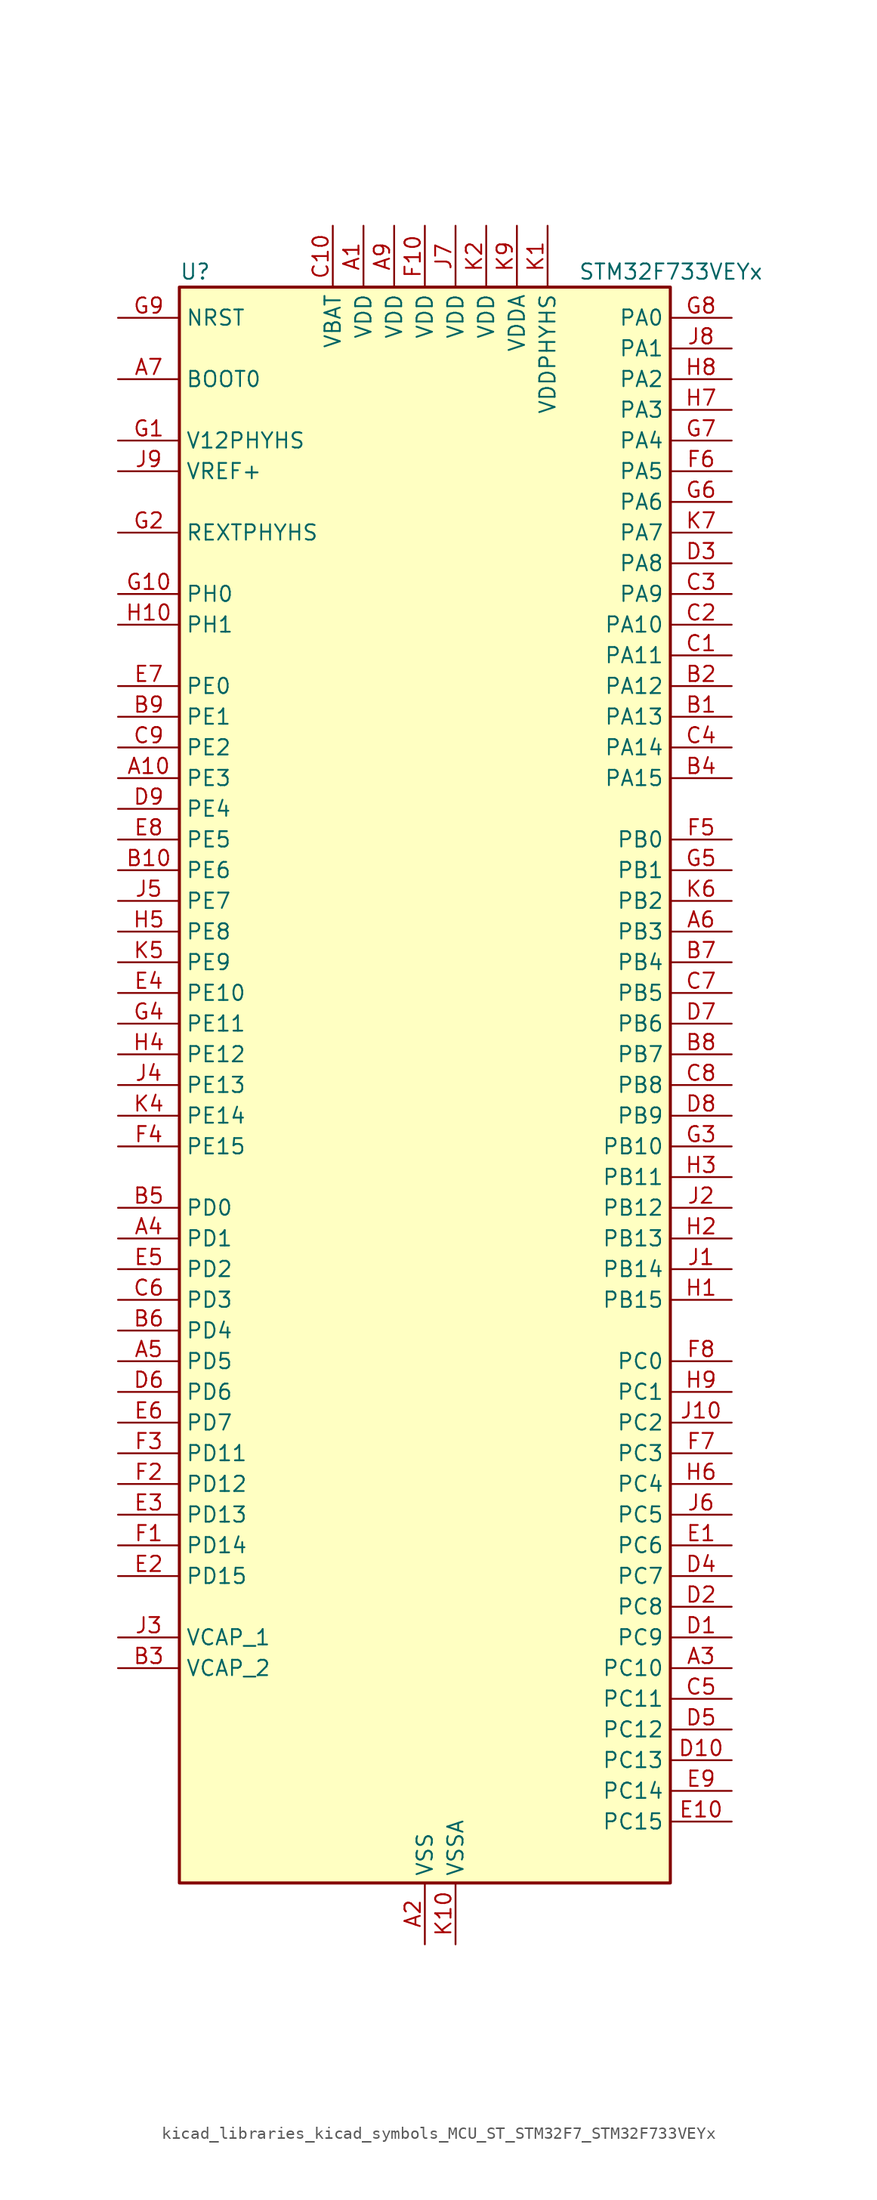
<source format=kicad_sym>
(kicad_symbol_lib
  (version 20220914)
  (generator kicad_symbol_editor)
  (symbol "kicad_libraries_kicad_symbols_MCU_ST_STM32F7_STM32F733VEYx"
    (property "Reference" "U"
      (at -20.32 67.31 0)
      (effects (font (size 1.27 1.27)) (justify left)))
    (property "Value" "STM32F733VEYx"
      (at 12.7 67.31 0)
      (effects (font (size 1.27 1.27)) (justify left)))
    (property "ki_locked" ""
      (at 0 0 0)
      (effects (font (size 1.27 1.27))))
    (symbol "kicad_libraries_kicad_symbols_MCU_ST_STM32F7_STM32F733VEYx_0_1"
      (rectangle (start -20.32 -66.04) (end 20.32 66.04) (stroke (width 0.254) (type default)) (fill (type background))))
    (symbol "kicad_libraries_kicad_symbols_MCU_ST_STM32F7_STM32F733VEYx_1_1"
      (pin power_in line (at -5.08 71.12 270) (length 5.08) (name "VDD" (effects (font (size 1.27 1.27)))) (number "A1" (effects (font (size 1.27 1.27)))))
      (pin bidirectional line (at -25.4 25.4 0) (length 5.08) (name "PE3" (effects (font (size 1.27 1.27)))) (number "A10" (effects (font (size 1.27 1.27)))) (alternate "FMC_A19" bidirectional line) (alternate "SAI1_SD_B" bidirectional line) (alternate "SYS_TRACED0" bidirectional line))
      (pin power_in line (at 0 -71.12 90) (length 5.08) (name "VSS" (effects (font (size 1.27 1.27)))) (number "A2" (effects (font (size 1.27 1.27)))))
      (pin bidirectional line (at 25.4 -48.26 180) (length 5.08) (name "PC10" (effects (font (size 1.27 1.27)))) (number "A3" (effects (font (size 1.27 1.27)))) (alternate "I2S3_CK" bidirectional line) (alternate "QUADSPI_BK1_IO1" bidirectional line) (alternate "SDMMC1_D2" bidirectional line) (alternate "SPI3_SCK" bidirectional line) (alternate "UART4_TX" bidirectional line) (alternate "USART3_TX" bidirectional line))
      (pin bidirectional line (at -25.4 -12.7 0) (length 5.08) (name "PD1" (effects (font (size 1.27 1.27)))) (number "A4" (effects (font (size 1.27 1.27)))) (alternate "CAN1_TX" bidirectional line) (alternate "FMC_D3" bidirectional line) (alternate "FMC_DA3" bidirectional line))
      (pin bidirectional line (at -25.4 -22.86 0) (length 5.08) (name "PD5" (effects (font (size 1.27 1.27)))) (number "A5" (effects (font (size 1.27 1.27)))) (alternate "FMC_NWE" bidirectional line) (alternate "USART2_TX" bidirectional line))
      (pin bidirectional line (at 25.4 12.7 180) (length 5.08) (name "PB3" (effects (font (size 1.27 1.27)))) (number "A6" (effects (font (size 1.27 1.27)))) (alternate "I2S1_CK" bidirectional line) (alternate "I2S3_CK" bidirectional line) (alternate "SPI1_SCK" bidirectional line) (alternate "SPI3_SCK" bidirectional line) (alternate "SYS_JTDO-SWO" bidirectional line) (alternate "TIM2_CH2" bidirectional line))
      (pin input line (at -25.4 58.42 0) (length 5.08) (name "BOOT0" (effects (font (size 1.27 1.27)))) (number "A7" (effects (font (size 1.27 1.27)))))
      (pin passive line (at 0 -71.12 90) (length 5.08) hide (name "VSS" (effects (font (size 1.27 1.27)))) (number "A8" (effects (font (size 1.27 1.27)))))
      (pin power_in line (at -2.54 71.12 270) (length 5.08) (name "VDD" (effects (font (size 1.27 1.27)))) (number "A9" (effects (font (size 1.27 1.27)))))
      (pin bidirectional line (at 25.4 30.48 180) (length 5.08) (name "PA13" (effects (font (size 1.27 1.27)))) (number "B1" (effects (font (size 1.27 1.27)))) (alternate "SYS_JTMS-SWDIO" bidirectional line))
      (pin bidirectional line (at -25.4 17.78 0) (length 5.08) (name "PE6" (effects (font (size 1.27 1.27)))) (number "B10" (effects (font (size 1.27 1.27)))) (alternate "FMC_A22" bidirectional line) (alternate "SAI1_SD_A" bidirectional line) (alternate "SAI2_MCLK_B" bidirectional line) (alternate "SPI4_MOSI" bidirectional line) (alternate "SYS_TRACED3" bidirectional line) (alternate "TIM1_BKIN2" bidirectional line) (alternate "TIM9_CH2" bidirectional line))
      (pin bidirectional line (at 25.4 33.02 180) (length 5.08) (name "PA12" (effects (font (size 1.27 1.27)))) (number "B2" (effects (font (size 1.27 1.27)))) (alternate "CAN1_TX" bidirectional line) (alternate "SAI2_FS_B" bidirectional line) (alternate "TIM1_ETR" bidirectional line) (alternate "USART1_DE" bidirectional line) (alternate "USART1_RTS" bidirectional line) (alternate "USB_OTG_FS_DP" bidirectional line))
      (pin power_out line (at -25.4 -48.26 0) (length 5.08) (name "VCAP_2" (effects (font (size 1.27 1.27)))) (number "B3" (effects (font (size 1.27 1.27)))))
      (pin bidirectional line (at 25.4 25.4 180) (length 5.08) (name "PA15" (effects (font (size 1.27 1.27)))) (number "B4" (effects (font (size 1.27 1.27)))) (alternate "I2S1_WS" bidirectional line) (alternate "I2S3_WS" bidirectional line) (alternate "SPI1_NSS" bidirectional line) (alternate "SPI3_NSS" bidirectional line) (alternate "SYS_JTDI" bidirectional line) (alternate "TIM2_CH1" bidirectional line) (alternate "TIM2_ETR" bidirectional line) (alternate "UART4_DE" bidirectional line) (alternate "UART4_RTS" bidirectional line))
      (pin bidirectional line (at -25.4 -10.16 0) (length 5.08) (name "PD0" (effects (font (size 1.27 1.27)))) (number "B5" (effects (font (size 1.27 1.27)))) (alternate "CAN1_RX" bidirectional line) (alternate "FMC_D2" bidirectional line) (alternate "FMC_DA2" bidirectional line))
      (pin bidirectional line (at -25.4 -20.32 0) (length 5.08) (name "PD4" (effects (font (size 1.27 1.27)))) (number "B6" (effects (font (size 1.27 1.27)))) (alternate "FMC_NOE" bidirectional line) (alternate "USART2_DE" bidirectional line) (alternate "USART2_RTS" bidirectional line))
      (pin bidirectional line (at 25.4 10.16 180) (length 5.08) (name "PB4" (effects (font (size 1.27 1.27)))) (number "B7" (effects (font (size 1.27 1.27)))) (alternate "I2S2_WS" bidirectional line) (alternate "SPI1_MISO" bidirectional line) (alternate "SPI2_NSS" bidirectional line) (alternate "SPI3_MISO" bidirectional line) (alternate "SYS_JTRST" bidirectional line) (alternate "TIM3_CH1" bidirectional line))
      (pin bidirectional line (at 25.4 2.54 180) (length 5.08) (name "PB7" (effects (font (size 1.27 1.27)))) (number "B8" (effects (font (size 1.27 1.27)))) (alternate "FMC_NL" bidirectional line) (alternate "I2C1_SDA" bidirectional line) (alternate "TIM4_CH2" bidirectional line) (alternate "USART1_RX" bidirectional line))
      (pin bidirectional line (at -25.4 30.48 0) (length 5.08) (name "PE1" (effects (font (size 1.27 1.27)))) (number "B9" (effects (font (size 1.27 1.27)))) (alternate "FMC_NBL1" bidirectional line) (alternate "LPTIM1_IN2" bidirectional line) (alternate "UART8_TX" bidirectional line))
      (pin bidirectional line (at 25.4 35.56 180) (length 5.08) (name "PA11" (effects (font (size 1.27 1.27)))) (number "C1" (effects (font (size 1.27 1.27)))) (alternate "ADC1_EXTI11" bidirectional line) (alternate "ADC2_EXTI11" bidirectional line) (alternate "ADC3_EXTI11" bidirectional line) (alternate "CAN1_RX" bidirectional line) (alternate "TIM1_CH4" bidirectional line) (alternate "USART1_CTS" bidirectional line) (alternate "USB_OTG_FS_DM" bidirectional line))
      (pin power_in line (at -7.62 71.12 270) (length 5.08) (name "VBAT" (effects (font (size 1.27 1.27)))) (number "C10" (effects (font (size 1.27 1.27)))))
      (pin bidirectional line (at 25.4 38.1 180) (length 5.08) (name "PA10" (effects (font (size 1.27 1.27)))) (number "C2" (effects (font (size 1.27 1.27)))) (alternate "TIM1_CH3" bidirectional line) (alternate "USART1_RX" bidirectional line) (alternate "USB_OTG_FS_ID" bidirectional line))
      (pin bidirectional line (at 25.4 40.64 180) (length 5.08) (name "PA9" (effects (font (size 1.27 1.27)))) (number "C3" (effects (font (size 1.27 1.27)))) (alternate "DAC_EXTI9" bidirectional line) (alternate "I2C3_SMBA" bidirectional line) (alternate "I2S2_CK" bidirectional line) (alternate "SPI2_SCK" bidirectional line) (alternate "TIM1_CH2" bidirectional line) (alternate "USART1_TX" bidirectional line) (alternate "USB_OTG_FS_VBUS" bidirectional line))
      (pin bidirectional line (at 25.4 27.94 180) (length 5.08) (name "PA14" (effects (font (size 1.27 1.27)))) (number "C4" (effects (font (size 1.27 1.27)))) (alternate "SYS_JTCK-SWCLK" bidirectional line))
      (pin bidirectional line (at 25.4 -50.8 180) (length 5.08) (name "PC11" (effects (font (size 1.27 1.27)))) (number "C5" (effects (font (size 1.27 1.27)))) (alternate "ADC1_EXTI11" bidirectional line) (alternate "ADC2_EXTI11" bidirectional line) (alternate "ADC3_EXTI11" bidirectional line) (alternate "QUADSPI_BK2_NCS" bidirectional line) (alternate "SDMMC1_D3" bidirectional line) (alternate "SPI3_MISO" bidirectional line) (alternate "UART4_RX" bidirectional line) (alternate "USART3_RX" bidirectional line))
      (pin bidirectional line (at -25.4 -17.78 0) (length 5.08) (name "PD3" (effects (font (size 1.27 1.27)))) (number "C6" (effects (font (size 1.27 1.27)))) (alternate "FMC_CLK" bidirectional line) (alternate "I2S2_CK" bidirectional line) (alternate "SPI2_SCK" bidirectional line) (alternate "USART2_CTS" bidirectional line))
      (pin bidirectional line (at 25.4 7.62 180) (length 5.08) (name "PB5" (effects (font (size 1.27 1.27)))) (number "C7" (effects (font (size 1.27 1.27)))) (alternate "FMC_SDCKE1" bidirectional line) (alternate "I2C1_SMBA" bidirectional line) (alternate "I2S1_SD" bidirectional line) (alternate "I2S3_SD" bidirectional line) (alternate "SPI1_MOSI" bidirectional line) (alternate "SPI3_MOSI" bidirectional line) (alternate "TIM3_CH2" bidirectional line))
      (pin bidirectional line (at 25.4 0 180) (length 5.08) (name "PB8" (effects (font (size 1.27 1.27)))) (number "C8" (effects (font (size 1.27 1.27)))) (alternate "CAN1_RX" bidirectional line) (alternate "I2C1_SCL" bidirectional line) (alternate "SDMMC1_D4" bidirectional line) (alternate "TIM10_CH1" bidirectional line) (alternate "TIM4_CH3" bidirectional line))
      (pin bidirectional line (at -25.4 27.94 0) (length 5.08) (name "PE2" (effects (font (size 1.27 1.27)))) (number "C9" (effects (font (size 1.27 1.27)))) (alternate "FMC_A23" bidirectional line) (alternate "QUADSPI_BK1_IO2" bidirectional line) (alternate "SAI1_MCLK_A" bidirectional line) (alternate "SPI4_SCK" bidirectional line) (alternate "SYS_TRACECLK" bidirectional line))
      (pin bidirectional line (at 25.4 -45.72 180) (length 5.08) (name "PC9" (effects (font (size 1.27 1.27)))) (number "D1" (effects (font (size 1.27 1.27)))) (alternate "DAC_EXTI9" bidirectional line) (alternate "I2C3_SDA" bidirectional line) (alternate "I2S_CKIN" bidirectional line) (alternate "QUADSPI_BK1_IO0" bidirectional line) (alternate "RCC_MCO_2" bidirectional line) (alternate "SDMMC1_D1" bidirectional line) (alternate "TIM3_CH4" bidirectional line) (alternate "TIM8_CH4" bidirectional line) (alternate "UART5_CTS" bidirectional line))
      (pin bidirectional line (at 25.4 -55.88 180) (length 5.08) (name "PC13" (effects (font (size 1.27 1.27)))) (number "D10" (effects (font (size 1.27 1.27)))) (alternate "RTC_OUT" bidirectional line) (alternate "RTC_TAMP1" bidirectional line) (alternate "RTC_TS" bidirectional line) (alternate "SYS_WKUP4" bidirectional line))
      (pin bidirectional line (at 25.4 -43.18 180) (length 5.08) (name "PC8" (effects (font (size 1.27 1.27)))) (number "D2" (effects (font (size 1.27 1.27)))) (alternate "SDMMC1_D0" bidirectional line) (alternate "SYS_TRACED1" bidirectional line) (alternate "TIM3_CH3" bidirectional line) (alternate "TIM8_CH3" bidirectional line) (alternate "UART5_DE" bidirectional line) (alternate "UART5_RTS" bidirectional line) (alternate "USART6_CK" bidirectional line))
      (pin bidirectional line (at 25.4 43.18 180) (length 5.08) (name "PA8" (effects (font (size 1.27 1.27)))) (number "D3" (effects (font (size 1.27 1.27)))) (alternate "I2C3_SCL" bidirectional line) (alternate "RCC_MCO_1" bidirectional line) (alternate "TIM1_CH1" bidirectional line) (alternate "TIM8_BKIN2" bidirectional line) (alternate "USART1_CK" bidirectional line) (alternate "USB_OTG_FS_SOF" bidirectional line))
      (pin bidirectional line (at 25.4 -40.64 180) (length 5.08) (name "PC7" (effects (font (size 1.27 1.27)))) (number "D4" (effects (font (size 1.27 1.27)))) (alternate "I2S3_MCK" bidirectional line) (alternate "SDMMC1_D7" bidirectional line) (alternate "TIM3_CH2" bidirectional line) (alternate "TIM8_CH2" bidirectional line) (alternate "USART6_RX" bidirectional line))
      (pin bidirectional line (at 25.4 -53.34 180) (length 5.08) (name "PC12" (effects (font (size 1.27 1.27)))) (number "D5" (effects (font (size 1.27 1.27)))) (alternate "I2S3_SD" bidirectional line) (alternate "SDMMC1_CK" bidirectional line) (alternate "SPI3_MOSI" bidirectional line) (alternate "SYS_TRACED3" bidirectional line) (alternate "UART5_TX" bidirectional line) (alternate "USART3_CK" bidirectional line))
      (pin bidirectional line (at -25.4 -25.4 0) (length 5.08) (name "PD6" (effects (font (size 1.27 1.27)))) (number "D6" (effects (font (size 1.27 1.27)))) (alternate "FMC_NWAIT" bidirectional line) (alternate "I2S3_SD" bidirectional line) (alternate "SAI1_SD_A" bidirectional line) (alternate "SPI3_MOSI" bidirectional line) (alternate "USART2_RX" bidirectional line))
      (pin bidirectional line (at 25.4 5.08 180) (length 5.08) (name "PB6" (effects (font (size 1.27 1.27)))) (number "D7" (effects (font (size 1.27 1.27)))) (alternate "FMC_SDNE1" bidirectional line) (alternate "I2C1_SCL" bidirectional line) (alternate "QUADSPI_BK1_NCS" bidirectional line) (alternate "TIM4_CH1" bidirectional line) (alternate "USART1_TX" bidirectional line))
      (pin bidirectional line (at 25.4 -2.54 180) (length 5.08) (name "PB9" (effects (font (size 1.27 1.27)))) (number "D8" (effects (font (size 1.27 1.27)))) (alternate "CAN1_TX" bidirectional line) (alternate "DAC_EXTI9" bidirectional line) (alternate "I2C1_SDA" bidirectional line) (alternate "I2S2_WS" bidirectional line) (alternate "SDMMC1_D5" bidirectional line) (alternate "SPI2_NSS" bidirectional line) (alternate "TIM11_CH1" bidirectional line) (alternate "TIM4_CH4" bidirectional line))
      (pin bidirectional line (at -25.4 22.86 0) (length 5.08) (name "PE4" (effects (font (size 1.27 1.27)))) (number "D9" (effects (font (size 1.27 1.27)))) (alternate "FMC_A20" bidirectional line) (alternate "SAI1_FS_A" bidirectional line) (alternate "SPI4_NSS" bidirectional line) (alternate "SYS_TRACED1" bidirectional line))
      (pin bidirectional line (at 25.4 -38.1 180) (length 5.08) (name "PC6" (effects (font (size 1.27 1.27)))) (number "E1" (effects (font (size 1.27 1.27)))) (alternate "I2S2_MCK" bidirectional line) (alternate "SDMMC1_D6" bidirectional line) (alternate "TIM3_CH1" bidirectional line) (alternate "TIM8_CH1" bidirectional line) (alternate "USART6_TX" bidirectional line))
      (pin bidirectional line (at 25.4 -60.96 180) (length 5.08) (name "PC15" (effects (font (size 1.27 1.27)))) (number "E10" (effects (font (size 1.27 1.27)))) (alternate "RCC_OSC32_OUT" bidirectional line))
      (pin bidirectional line (at -25.4 -40.64 0) (length 5.08) (name "PD15" (effects (font (size 1.27 1.27)))) (number "E2" (effects (font (size 1.27 1.27)))) (alternate "FMC_D1" bidirectional line) (alternate "FMC_DA1" bidirectional line) (alternate "TIM4_CH4" bidirectional line) (alternate "UART8_DE" bidirectional line) (alternate "UART8_RTS" bidirectional line))
      (pin bidirectional line (at -25.4 -35.56 0) (length 5.08) (name "PD13" (effects (font (size 1.27 1.27)))) (number "E3" (effects (font (size 1.27 1.27)))) (alternate "FMC_A18" bidirectional line) (alternate "LPTIM1_OUT" bidirectional line) (alternate "QUADSPI_BK1_IO3" bidirectional line) (alternate "SAI2_SCK_A" bidirectional line) (alternate "TIM4_CH2" bidirectional line))
      (pin bidirectional line (at -25.4 7.62 0) (length 5.08) (name "PE10" (effects (font (size 1.27 1.27)))) (number "E4" (effects (font (size 1.27 1.27)))) (alternate "FMC_D7" bidirectional line) (alternate "FMC_DA7" bidirectional line) (alternate "QUADSPI_BK2_IO3" bidirectional line) (alternate "TIM1_CH2N" bidirectional line) (alternate "UART7_CTS" bidirectional line))
      (pin bidirectional line (at -25.4 -15.24 0) (length 5.08) (name "PD2" (effects (font (size 1.27 1.27)))) (number "E5" (effects (font (size 1.27 1.27)))) (alternate "SDMMC1_CMD" bidirectional line) (alternate "SYS_TRACED2" bidirectional line) (alternate "TIM3_ETR" bidirectional line) (alternate "UART5_RX" bidirectional line))
      (pin bidirectional line (at -25.4 -27.94 0) (length 5.08) (name "PD7" (effects (font (size 1.27 1.27)))) (number "E6" (effects (font (size 1.27 1.27)))) (alternate "FMC_NE1" bidirectional line) (alternate "USART2_CK" bidirectional line))
      (pin bidirectional line (at -25.4 33.02 0) (length 5.08) (name "PE0" (effects (font (size 1.27 1.27)))) (number "E7" (effects (font (size 1.27 1.27)))) (alternate "FMC_NBL0" bidirectional line) (alternate "LPTIM1_ETR" bidirectional line) (alternate "SAI2_MCLK_A" bidirectional line) (alternate "TIM4_ETR" bidirectional line) (alternate "UART8_RX" bidirectional line))
      (pin bidirectional line (at -25.4 20.32 0) (length 5.08) (name "PE5" (effects (font (size 1.27 1.27)))) (number "E8" (effects (font (size 1.27 1.27)))) (alternate "FMC_A21" bidirectional line) (alternate "SAI1_SCK_A" bidirectional line) (alternate "SPI4_MISO" bidirectional line) (alternate "SYS_TRACED2" bidirectional line) (alternate "TIM9_CH1" bidirectional line))
      (pin bidirectional line (at 25.4 -58.42 180) (length 5.08) (name "PC14" (effects (font (size 1.27 1.27)))) (number "E9" (effects (font (size 1.27 1.27)))) (alternate "RCC_OSC32_IN" bidirectional line))
      (pin bidirectional line (at -25.4 -38.1 0) (length 5.08) (name "PD14" (effects (font (size 1.27 1.27)))) (number "F1" (effects (font (size 1.27 1.27)))) (alternate "FMC_D0" bidirectional line) (alternate "FMC_DA0" bidirectional line) (alternate "TIM4_CH3" bidirectional line) (alternate "UART8_CTS" bidirectional line))
      (pin power_in line (at 0 71.12 270) (length 5.08) (name "VDD" (effects (font (size 1.27 1.27)))) (number "F10" (effects (font (size 1.27 1.27)))))
      (pin bidirectional line (at -25.4 -33.02 0) (length 5.08) (name "PD12" (effects (font (size 1.27 1.27)))) (number "F2" (effects (font (size 1.27 1.27)))) (alternate "FMC_A17" bidirectional line) (alternate "FMC_ALE" bidirectional line) (alternate "LPTIM1_IN1" bidirectional line) (alternate "QUADSPI_BK1_IO1" bidirectional line) (alternate "SAI2_FS_A" bidirectional line) (alternate "TIM4_CH1" bidirectional line) (alternate "USART3_DE" bidirectional line) (alternate "USART3_RTS" bidirectional line))
      (pin bidirectional line (at -25.4 -30.48 0) (length 5.08) (name "PD11" (effects (font (size 1.27 1.27)))) (number "F3" (effects (font (size 1.27 1.27)))) (alternate "ADC1_EXTI11" bidirectional line) (alternate "ADC2_EXTI11" bidirectional line) (alternate "ADC3_EXTI11" bidirectional line) (alternate "FMC_A16" bidirectional line) (alternate "FMC_CLE" bidirectional line) (alternate "QUADSPI_BK1_IO0" bidirectional line) (alternate "SAI2_SD_A" bidirectional line) (alternate "USART3_CTS" bidirectional line))
      (pin bidirectional line (at -25.4 -5.08 0) (length 5.08) (name "PE15" (effects (font (size 1.27 1.27)))) (number "F4" (effects (font (size 1.27 1.27)))) (alternate "FMC_D12" bidirectional line) (alternate "FMC_DA12" bidirectional line) (alternate "TIM1_BKIN" bidirectional line))
      (pin bidirectional line (at 25.4 20.32 180) (length 5.08) (name "PB0" (effects (font (size 1.27 1.27)))) (number "F5" (effects (font (size 1.27 1.27)))) (alternate "ADC1_IN8" bidirectional line) (alternate "ADC2_IN8" bidirectional line) (alternate "TIM1_CH2N" bidirectional line) (alternate "TIM3_CH3" bidirectional line) (alternate "TIM8_CH2N" bidirectional line) (alternate "UART4_CTS" bidirectional line))
      (pin bidirectional line (at 25.4 50.8 180) (length 5.08) (name "PA5" (effects (font (size 1.27 1.27)))) (number "F6" (effects (font (size 1.27 1.27)))) (alternate "ADC1_IN5" bidirectional line) (alternate "ADC2_IN5" bidirectional line) (alternate "DAC_OUT2" bidirectional line) (alternate "I2S1_CK" bidirectional line) (alternate "SPI1_SCK" bidirectional line) (alternate "TIM2_CH1" bidirectional line) (alternate "TIM2_ETR" bidirectional line) (alternate "TIM8_CH1N" bidirectional line))
      (pin bidirectional line (at 25.4 -30.48 180) (length 5.08) (name "PC3" (effects (font (size 1.27 1.27)))) (number "F7" (effects (font (size 1.27 1.27)))) (alternate "ADC1_IN13" bidirectional line) (alternate "ADC2_IN13" bidirectional line) (alternate "ADC3_IN13" bidirectional line) (alternate "FMC_SDCKE0" bidirectional line) (alternate "I2S2_SD" bidirectional line) (alternate "SPI2_MOSI" bidirectional line))
      (pin bidirectional line (at 25.4 -22.86 180) (length 5.08) (name "PC0" (effects (font (size 1.27 1.27)))) (number "F8" (effects (font (size 1.27 1.27)))) (alternate "ADC1_IN10" bidirectional line) (alternate "ADC2_IN10" bidirectional line) (alternate "ADC3_IN10" bidirectional line) (alternate "FMC_SDNWE" bidirectional line) (alternate "SAI2_FS_B" bidirectional line))
      (pin passive line (at 0 -71.12 90) (length 5.08) hide (name "VSS" (effects (font (size 1.27 1.27)))) (number "F9" (effects (font (size 1.27 1.27)))))
      (pin power_in line (at -25.4 53.34 0) (length 5.08) (name "V12PHYHS" (effects (font (size 1.27 1.27)))) (number "G1" (effects (font (size 1.27 1.27)))))
      (pin bidirectional line (at -25.4 40.64 0) (length 5.08) (name "PH0" (effects (font (size 1.27 1.27)))) (number "G10" (effects (font (size 1.27 1.27)))) (alternate "RCC_OSC_IN" bidirectional line))
      (pin bidirectional line (at -25.4 45.72 0) (length 5.08) (name "REXTPHYHS" (effects (font (size 1.27 1.27)))) (number "G2" (effects (font (size 1.27 1.27)))) (alternate "USB_OTG_HS_REXTPHYHS" bidirectional line))
      (pin bidirectional line (at 25.4 -5.08 180) (length 5.08) (name "PB10" (effects (font (size 1.27 1.27)))) (number "G3" (effects (font (size 1.27 1.27)))) (alternate "I2C2_SCL" bidirectional line) (alternate "I2S2_CK" bidirectional line) (alternate "SPI2_SCK" bidirectional line) (alternate "TIM2_CH3" bidirectional line) (alternate "USART3_TX" bidirectional line))
      (pin bidirectional line (at -25.4 5.08 0) (length 5.08) (name "PE11" (effects (font (size 1.27 1.27)))) (number "G4" (effects (font (size 1.27 1.27)))) (alternate "ADC1_EXTI11" bidirectional line) (alternate "ADC2_EXTI11" bidirectional line) (alternate "ADC3_EXTI11" bidirectional line) (alternate "FMC_D8" bidirectional line) (alternate "FMC_DA8" bidirectional line) (alternate "SAI2_SD_B" bidirectional line) (alternate "SPI4_NSS" bidirectional line) (alternate "TIM1_CH2" bidirectional line))
      (pin bidirectional line (at 25.4 17.78 180) (length 5.08) (name "PB1" (effects (font (size 1.27 1.27)))) (number "G5" (effects (font (size 1.27 1.27)))) (alternate "ADC1_IN9" bidirectional line) (alternate "ADC2_IN9" bidirectional line) (alternate "TIM1_CH3N" bidirectional line) (alternate "TIM3_CH4" bidirectional line) (alternate "TIM8_CH3N" bidirectional line))
      (pin bidirectional line (at 25.4 48.26 180) (length 5.08) (name "PA6" (effects (font (size 1.27 1.27)))) (number "G6" (effects (font (size 1.27 1.27)))) (alternate "ADC1_IN6" bidirectional line) (alternate "ADC2_IN6" bidirectional line) (alternate "SPI1_MISO" bidirectional line) (alternate "TIM13_CH1" bidirectional line) (alternate "TIM1_BKIN" bidirectional line) (alternate "TIM3_CH1" bidirectional line) (alternate "TIM8_BKIN" bidirectional line))
      (pin bidirectional line (at 25.4 53.34 180) (length 5.08) (name "PA4" (effects (font (size 1.27 1.27)))) (number "G7" (effects (font (size 1.27 1.27)))) (alternate "ADC1_IN4" bidirectional line) (alternate "ADC2_IN4" bidirectional line) (alternate "DAC_OUT1" bidirectional line) (alternate "I2S1_WS" bidirectional line) (alternate "I2S3_WS" bidirectional line) (alternate "SPI1_NSS" bidirectional line) (alternate "SPI3_NSS" bidirectional line) (alternate "USART2_CK" bidirectional line) (alternate "USB_OTG_HS_SOF" bidirectional line))
      (pin bidirectional line (at 25.4 63.5 180) (length 5.08) (name "PA0" (effects (font (size 1.27 1.27)))) (number "G8" (effects (font (size 1.27 1.27)))) (alternate "ADC1_IN0" bidirectional line) (alternate "ADC2_IN0" bidirectional line) (alternate "ADC3_IN0" bidirectional line) (alternate "SAI2_SD_B" bidirectional line) (alternate "SYS_WKUP1" bidirectional line) (alternate "TIM2_CH1" bidirectional line) (alternate "TIM2_ETR" bidirectional line) (alternate "TIM5_CH1" bidirectional line) (alternate "TIM8_ETR" bidirectional line) (alternate "UART4_TX" bidirectional line) (alternate "USART2_CTS" bidirectional line))
      (pin input line (at -25.4 63.5 0) (length 5.08) (name "NRST" (effects (font (size 1.27 1.27)))) (number "G9" (effects (font (size 1.27 1.27)))))
      (pin bidirectional line (at 25.4 -17.78 180) (length 5.08) (name "PB15" (effects (font (size 1.27 1.27)))) (number "H1" (effects (font (size 1.27 1.27)))) (alternate "USB_OTG_HS_DP" bidirectional line))
      (pin bidirectional line (at -25.4 38.1 0) (length 5.08) (name "PH1" (effects (font (size 1.27 1.27)))) (number "H10" (effects (font (size 1.27 1.27)))) (alternate "RCC_OSC_OUT" bidirectional line))
      (pin bidirectional line (at 25.4 -12.7 180) (length 5.08) (name "PB13" (effects (font (size 1.27 1.27)))) (number "H2" (effects (font (size 1.27 1.27)))) (alternate "I2S2_CK" bidirectional line) (alternate "SPI2_SCK" bidirectional line) (alternate "TIM1_CH1N" bidirectional line) (alternate "USART3_CTS" bidirectional line) (alternate "USB_OTG_HS_VBUS" bidirectional line))
      (pin bidirectional line (at 25.4 -7.62 180) (length 5.08) (name "PB11" (effects (font (size 1.27 1.27)))) (number "H3" (effects (font (size 1.27 1.27)))) (alternate "ADC1_EXTI11" bidirectional line) (alternate "ADC2_EXTI11" bidirectional line) (alternate "ADC3_EXTI11" bidirectional line) (alternate "I2C2_SDA" bidirectional line) (alternate "TIM2_CH4" bidirectional line) (alternate "USART3_RX" bidirectional line))
      (pin bidirectional line (at -25.4 2.54 0) (length 5.08) (name "PE12" (effects (font (size 1.27 1.27)))) (number "H4" (effects (font (size 1.27 1.27)))) (alternate "FMC_D9" bidirectional line) (alternate "FMC_DA9" bidirectional line) (alternate "SAI2_SCK_B" bidirectional line) (alternate "SPI4_SCK" bidirectional line) (alternate "TIM1_CH3N" bidirectional line))
      (pin bidirectional line (at -25.4 12.7 0) (length 5.08) (name "PE8" (effects (font (size 1.27 1.27)))) (number "H5" (effects (font (size 1.27 1.27)))) (alternate "FMC_D5" bidirectional line) (alternate "FMC_DA5" bidirectional line) (alternate "QUADSPI_BK2_IO1" bidirectional line) (alternate "TIM1_CH1N" bidirectional line) (alternate "UART7_TX" bidirectional line))
      (pin bidirectional line (at 25.4 -33.02 180) (length 5.08) (name "PC4" (effects (font (size 1.27 1.27)))) (number "H6" (effects (font (size 1.27 1.27)))) (alternate "ADC1_IN14" bidirectional line) (alternate "ADC2_IN14" bidirectional line) (alternate "FMC_SDNE0" bidirectional line) (alternate "I2S1_MCK" bidirectional line))
      (pin bidirectional line (at 25.4 55.88 180) (length 5.08) (name "PA3" (effects (font (size 1.27 1.27)))) (number "H7" (effects (font (size 1.27 1.27)))) (alternate "ADC1_IN3" bidirectional line) (alternate "ADC2_IN3" bidirectional line) (alternate "ADC3_IN3" bidirectional line) (alternate "TIM2_CH4" bidirectional line) (alternate "TIM5_CH4" bidirectional line) (alternate "TIM9_CH2" bidirectional line) (alternate "USART2_RX" bidirectional line))
      (pin bidirectional line (at 25.4 58.42 180) (length 5.08) (name "PA2" (effects (font (size 1.27 1.27)))) (number "H8" (effects (font (size 1.27 1.27)))) (alternate "ADC1_IN2" bidirectional line) (alternate "ADC2_IN2" bidirectional line) (alternate "ADC3_IN2" bidirectional line) (alternate "SAI2_SCK_B" bidirectional line) (alternate "SYS_WKUP2" bidirectional line) (alternate "TIM2_CH3" bidirectional line) (alternate "TIM5_CH3" bidirectional line) (alternate "TIM9_CH1" bidirectional line) (alternate "USART2_TX" bidirectional line))
      (pin bidirectional line (at 25.4 -25.4 180) (length 5.08) (name "PC1" (effects (font (size 1.27 1.27)))) (number "H9" (effects (font (size 1.27 1.27)))) (alternate "ADC1_IN11" bidirectional line) (alternate "ADC2_IN11" bidirectional line) (alternate "ADC3_IN11" bidirectional line) (alternate "I2S2_SD" bidirectional line) (alternate "RTC_TAMP3" bidirectional line) (alternate "RTC_TS" bidirectional line) (alternate "SAI1_SD_A" bidirectional line) (alternate "SPI2_MOSI" bidirectional line) (alternate "SYS_TRACED0" bidirectional line) (alternate "SYS_WKUP3" bidirectional line))
      (pin bidirectional line (at 25.4 -15.24 180) (length 5.08) (name "PB14" (effects (font (size 1.27 1.27)))) (number "J1" (effects (font (size 1.27 1.27)))) (alternate "USB_OTG_HS_DM" bidirectional line))
      (pin bidirectional line (at 25.4 -27.94 180) (length 5.08) (name "PC2" (effects (font (size 1.27 1.27)))) (number "J10" (effects (font (size 1.27 1.27)))) (alternate "ADC1_IN12" bidirectional line) (alternate "ADC2_IN12" bidirectional line) (alternate "ADC3_IN12" bidirectional line) (alternate "FMC_SDNE0" bidirectional line) (alternate "SPI2_MISO" bidirectional line))
      (pin bidirectional line (at 25.4 -10.16 180) (length 5.08) (name "PB12" (effects (font (size 1.27 1.27)))) (number "J2" (effects (font (size 1.27 1.27)))) (alternate "I2C2_SMBA" bidirectional line) (alternate "I2S2_WS" bidirectional line) (alternate "SPI2_NSS" bidirectional line) (alternate "TIM1_BKIN" bidirectional line) (alternate "USART3_CK" bidirectional line) (alternate "USB_OTG_HS_ID" bidirectional line))
      (pin power_out line (at -25.4 -45.72 0) (length 5.08) (name "VCAP_1" (effects (font (size 1.27 1.27)))) (number "J3" (effects (font (size 1.27 1.27)))))
      (pin bidirectional line (at -25.4 0 0) (length 5.08) (name "PE13" (effects (font (size 1.27 1.27)))) (number "J4" (effects (font (size 1.27 1.27)))) (alternate "FMC_D10" bidirectional line) (alternate "FMC_DA10" bidirectional line) (alternate "SAI2_FS_B" bidirectional line) (alternate "SPI4_MISO" bidirectional line) (alternate "TIM1_CH3" bidirectional line))
      (pin bidirectional line (at -25.4 15.24 0) (length 5.08) (name "PE7" (effects (font (size 1.27 1.27)))) (number "J5" (effects (font (size 1.27 1.27)))) (alternate "FMC_D4" bidirectional line) (alternate "FMC_DA4" bidirectional line) (alternate "QUADSPI_BK2_IO0" bidirectional line) (alternate "TIM1_ETR" bidirectional line) (alternate "UART7_RX" bidirectional line))
      (pin bidirectional line (at 25.4 -35.56 180) (length 5.08) (name "PC5" (effects (font (size 1.27 1.27)))) (number "J6" (effects (font (size 1.27 1.27)))) (alternate "ADC1_IN15" bidirectional line) (alternate "ADC2_IN15" bidirectional line) (alternate "FMC_SDCKE0" bidirectional line))
      (pin power_in line (at 2.54 71.12 270) (length 5.08) (name "VDD" (effects (font (size 1.27 1.27)))) (number "J7" (effects (font (size 1.27 1.27)))))
      (pin bidirectional line (at 25.4 60.96 180) (length 5.08) (name "PA1" (effects (font (size 1.27 1.27)))) (number "J8" (effects (font (size 1.27 1.27)))) (alternate "ADC1_IN1" bidirectional line) (alternate "ADC2_IN1" bidirectional line) (alternate "ADC3_IN1" bidirectional line) (alternate "QUADSPI_BK1_IO3" bidirectional line) (alternate "SAI2_MCLK_B" bidirectional line) (alternate "TIM2_CH2" bidirectional line) (alternate "TIM5_CH2" bidirectional line) (alternate "UART4_RX" bidirectional line) (alternate "USART2_DE" bidirectional line) (alternate "USART2_RTS" bidirectional line))
      (pin input line (at -25.4 50.8 0) (length 5.08) (name "VREF+" (effects (font (size 1.27 1.27)))) (number "J9" (effects (font (size 1.27 1.27)))))
      (pin power_in line (at 10.16 71.12 270) (length 5.08) (name "VDDPHYHS" (effects (font (size 1.27 1.27)))) (number "K1" (effects (font (size 1.27 1.27)))))
      (pin power_in line (at 2.54 -71.12 90) (length 5.08) (name "VSSA" (effects (font (size 1.27 1.27)))) (number "K10" (effects (font (size 1.27 1.27)))))
      (pin power_in line (at 5.08 71.12 270) (length 5.08) (name "VDD" (effects (font (size 1.27 1.27)))) (number "K2" (effects (font (size 1.27 1.27)))))
      (pin passive line (at 0 -71.12 90) (length 5.08) hide (name "VSS" (effects (font (size 1.27 1.27)))) (number "K3" (effects (font (size 1.27 1.27)))))
      (pin bidirectional line (at -25.4 -2.54 0) (length 5.08) (name "PE14" (effects (font (size 1.27 1.27)))) (number "K4" (effects (font (size 1.27 1.27)))) (alternate "FMC_D11" bidirectional line) (alternate "FMC_DA11" bidirectional line) (alternate "SAI2_MCLK_B" bidirectional line) (alternate "SPI4_MOSI" bidirectional line) (alternate "TIM1_CH4" bidirectional line))
      (pin bidirectional line (at -25.4 10.16 0) (length 5.08) (name "PE9" (effects (font (size 1.27 1.27)))) (number "K5" (effects (font (size 1.27 1.27)))) (alternate "DAC_EXTI9" bidirectional line) (alternate "FMC_D6" bidirectional line) (alternate "FMC_DA6" bidirectional line) (alternate "QUADSPI_BK2_IO2" bidirectional line) (alternate "TIM1_CH1" bidirectional line) (alternate "UART7_DE" bidirectional line) (alternate "UART7_RTS" bidirectional line))
      (pin bidirectional line (at 25.4 15.24 180) (length 5.08) (name "PB2" (effects (font (size 1.27 1.27)))) (number "K6" (effects (font (size 1.27 1.27)))) (alternate "I2S3_SD" bidirectional line) (alternate "QUADSPI_CLK" bidirectional line) (alternate "SAI1_SD_A" bidirectional line) (alternate "SPI3_MOSI" bidirectional line))
      (pin bidirectional line (at 25.4 45.72 180) (length 5.08) (name "PA7" (effects (font (size 1.27 1.27)))) (number "K7" (effects (font (size 1.27 1.27)))) (alternate "ADC1_IN7" bidirectional line) (alternate "ADC2_IN7" bidirectional line) (alternate "FMC_SDNWE" bidirectional line) (alternate "I2S1_SD" bidirectional line) (alternate "SPI1_MOSI" bidirectional line) (alternate "TIM14_CH1" bidirectional line) (alternate "TIM1_CH1N" bidirectional line) (alternate "TIM3_CH2" bidirectional line) (alternate "TIM8_CH1N" bidirectional line))
      (pin passive line (at 0 -71.12 90) (length 5.08) hide (name "VSS" (effects (font (size 1.27 1.27)))) (number "K8" (effects (font (size 1.27 1.27)))))
      (pin power_in line (at 7.62 71.12 270) (length 5.08) (name "VDDA" (effects (font (size 1.27 1.27)))) (number "K9" (effects (font (size 1.27 1.27))))))))
</source>
